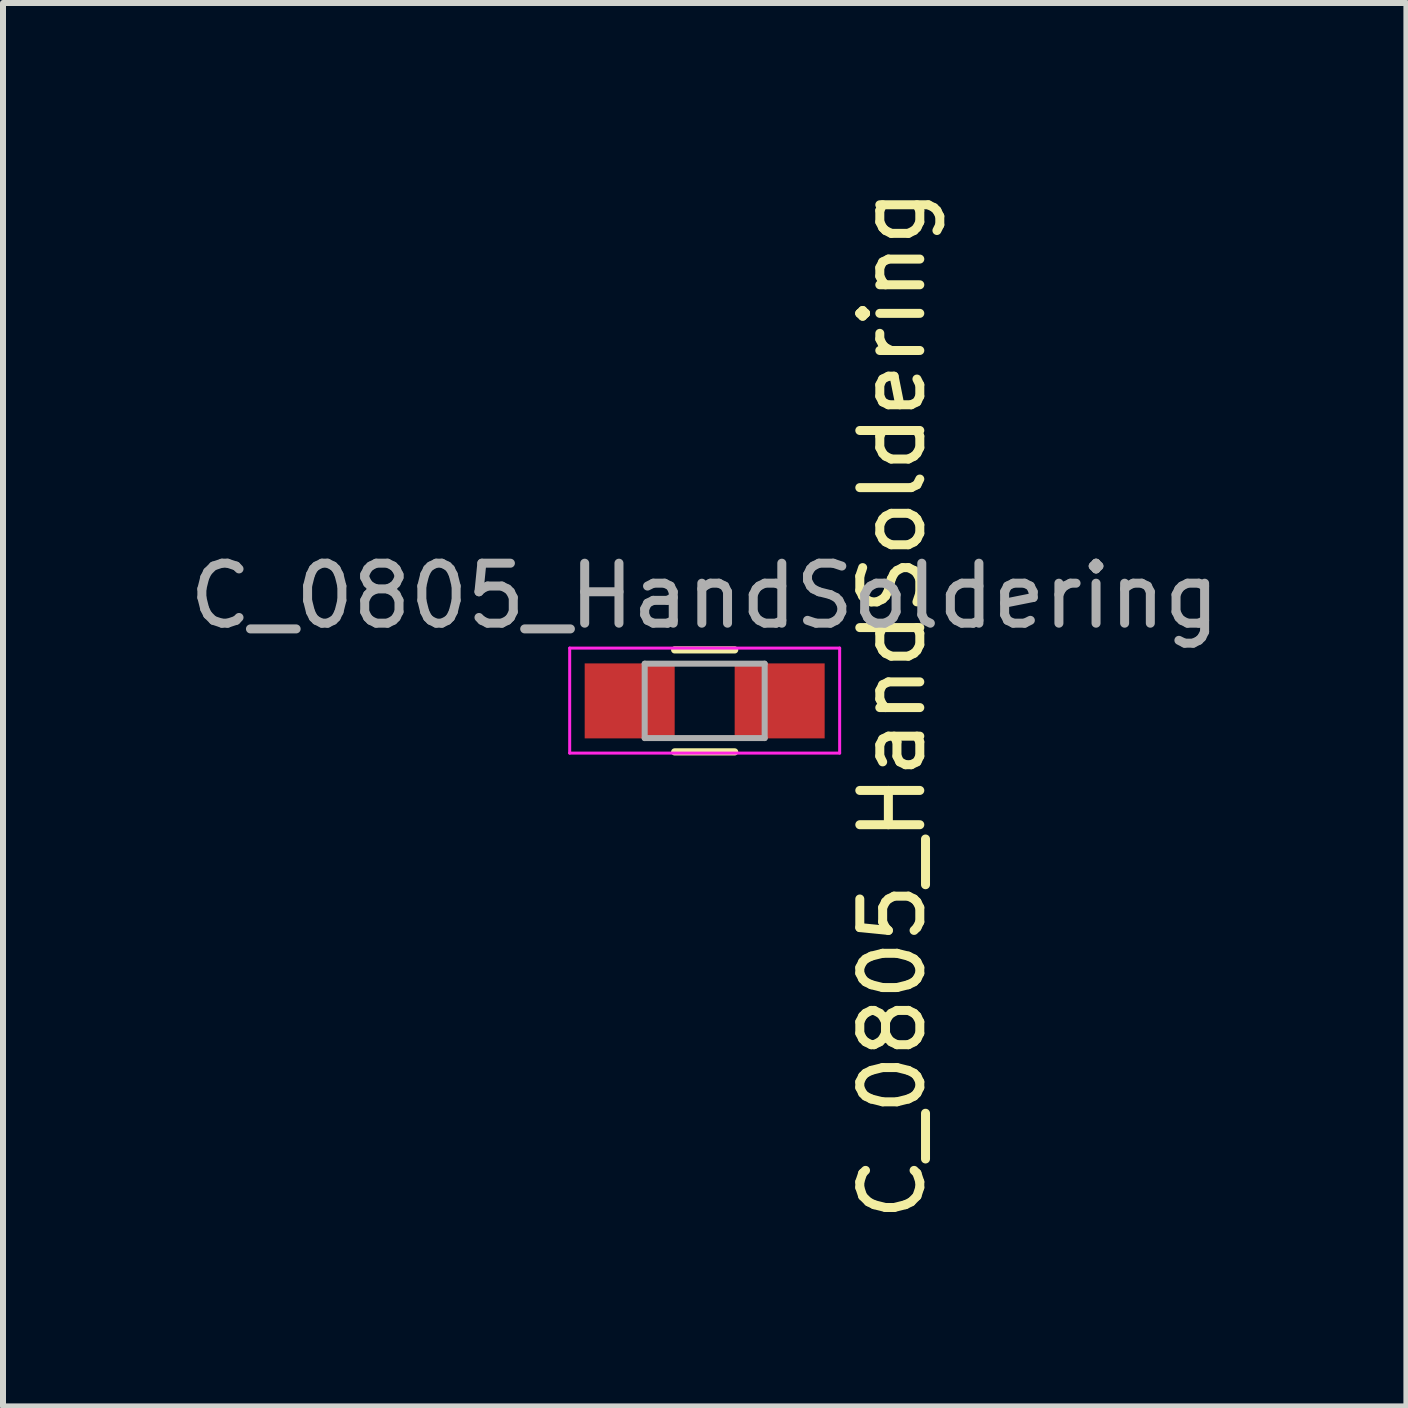
<source format=kicad_pcb>
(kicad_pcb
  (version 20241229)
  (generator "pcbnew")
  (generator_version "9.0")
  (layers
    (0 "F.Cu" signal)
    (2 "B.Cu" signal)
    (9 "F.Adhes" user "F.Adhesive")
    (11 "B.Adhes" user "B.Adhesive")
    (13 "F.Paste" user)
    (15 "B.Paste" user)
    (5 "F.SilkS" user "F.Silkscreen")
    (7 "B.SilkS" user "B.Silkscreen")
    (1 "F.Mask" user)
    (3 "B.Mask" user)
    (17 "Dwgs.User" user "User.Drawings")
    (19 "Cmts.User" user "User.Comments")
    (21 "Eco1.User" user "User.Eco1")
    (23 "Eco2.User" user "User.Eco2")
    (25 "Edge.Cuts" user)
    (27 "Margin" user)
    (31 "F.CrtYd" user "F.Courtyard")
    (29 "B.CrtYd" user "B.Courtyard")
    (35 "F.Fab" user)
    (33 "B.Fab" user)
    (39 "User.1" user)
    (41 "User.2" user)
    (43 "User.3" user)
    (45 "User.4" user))
  (footprint "C_0805_HandSoldering"
    (layer "F.Cu")
    (at 8.696 8.633)
    (property "Reference" "C_0805_HandSoldering" (at 3.131 0.064 90) (layer "F.SilkS") (effects (font (size 1 1) (thickness 0.15))))
    (attr smd)
    (fp_line (start -0.5 0.85) (end 0.5 0.85) (stroke (width 0.12) (type solid)) (layer "F.SilkS"))
    (fp_line (start 0.5 -0.85) (end -0.5 -0.85) (stroke (width 0.12) (type solid)) (layer "F.SilkS"))
    (fp_line (start -2.25 -0.88) (end -2.25 0.87) (stroke (width 0.05) (type solid)) (layer "F.CrtYd"))
    (fp_line (start -2.25 -0.88) (end 2.25 -0.88) (stroke (width 0.05) (type solid)) (layer "F.CrtYd"))
    (fp_line (start 2.25 0.87) (end -2.25 0.87) (stroke (width 0.05) (type solid)) (layer "F.CrtYd"))
    (fp_line (start 2.25 0.87) (end 2.25 -0.88) (stroke (width 0.05) (type solid)) (layer "F.CrtYd"))
    (fp_line (start -1 -0.62) (end 1 -0.62) (stroke (width 0.1) (type solid)) (layer "F.Fab"))
    (fp_line (start -1 0.62) (end -1 -0.62) (stroke (width 0.1) (type solid)) (layer "F.Fab"))
    (fp_line (start 1 -0.62) (end 1 0.62) (stroke (width 0.1) (type solid)) (layer "F.Fab"))
    (fp_line (start 1 0.62) (end -1 0.62) (stroke (width 0.1) (type solid)) (layer "F.Fab"))
    (fp_text user "${REFERENCE}" (at 0 -1.75 0) (layer "F.Fab") (effects (font (size 1 1) (thickness 0.15))))
    (pad "1" smd rect (at -1.25 0) (size 1.5 1.25) (layers "F.Cu" "F.Mask" "F.Paste"))
    (pad "2" smd rect (at 1.25 0) (size 1.5 1.25) (layers "F.Cu" "F.Mask" "F.Paste")))
  (gr_rect
    (start -3 -3)
    (end 20.393 20.393)
    (stroke (width 0.1) (type default))
    (fill no)
    (layer "Edge.Cuts")))
</source>
